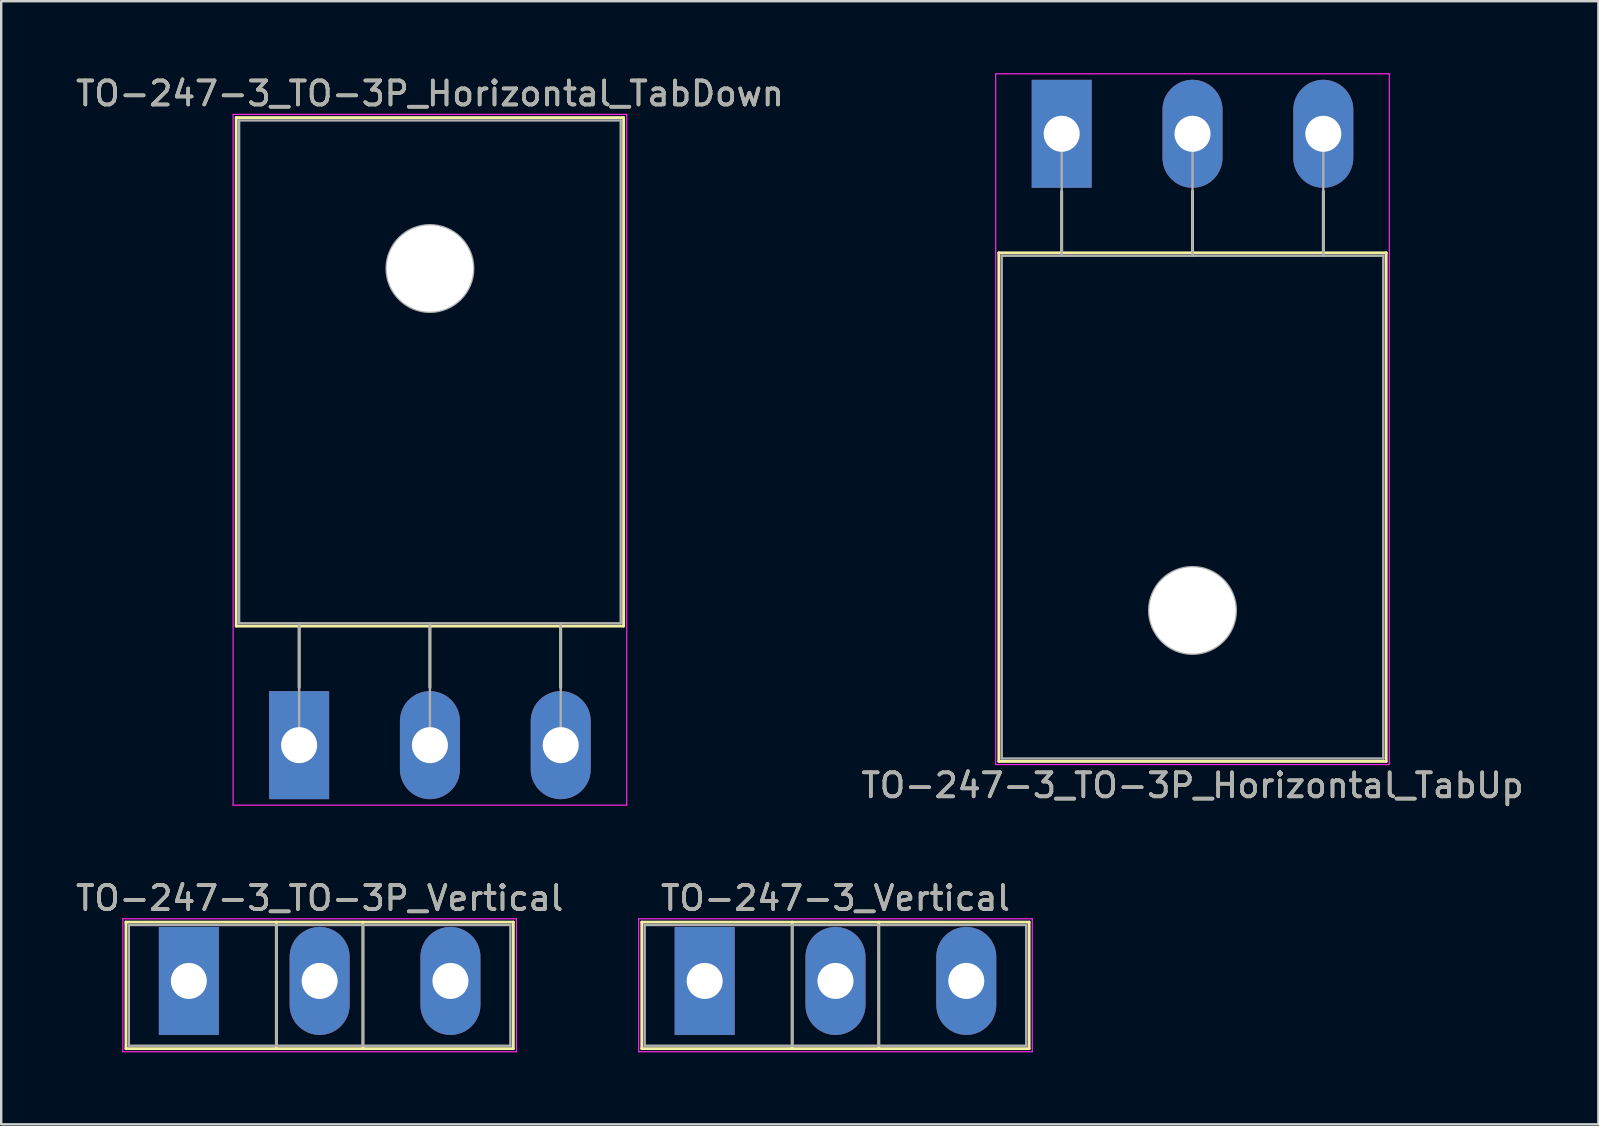
<source format=kicad_pcb>
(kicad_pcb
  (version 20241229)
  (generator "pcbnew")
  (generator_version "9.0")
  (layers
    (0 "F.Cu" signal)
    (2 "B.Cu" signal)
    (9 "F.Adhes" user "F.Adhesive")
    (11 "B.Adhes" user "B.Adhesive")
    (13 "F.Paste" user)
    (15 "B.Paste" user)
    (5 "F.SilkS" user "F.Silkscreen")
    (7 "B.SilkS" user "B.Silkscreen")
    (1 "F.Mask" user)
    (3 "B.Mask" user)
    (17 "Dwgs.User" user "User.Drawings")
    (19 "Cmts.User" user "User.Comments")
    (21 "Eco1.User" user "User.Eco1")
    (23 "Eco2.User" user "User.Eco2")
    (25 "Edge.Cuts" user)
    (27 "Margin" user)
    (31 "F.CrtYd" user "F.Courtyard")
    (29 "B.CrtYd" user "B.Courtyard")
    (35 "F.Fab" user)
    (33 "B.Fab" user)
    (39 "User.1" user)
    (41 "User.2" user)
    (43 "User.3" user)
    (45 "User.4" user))
  (footprint "TO-247-3_TO-3P_Horizontal_TabUp"
    (layer "F.Cu")
    (at 41.187 2.525)
    (property "Reference" "TO-247-3_TO-3P_Horizontal_TabUp" (at 5.45 27.15 0) (layer "F.SilkS") (effects (font (size 1 1) (thickness 0.15))))
    (attr through_hole)
    (fp_line (start -2.62 4.96) (end -2.62 26.15) (stroke (width 0.12) (type solid)) (layer "F.SilkS"))
    (fp_line (start -2.62 4.96) (end 13.52 4.96) (stroke (width 0.12) (type solid)) (layer "F.SilkS"))
    (fp_line (start -2.62 26.15) (end 13.52 26.15) (stroke (width 0.12) (type solid)) (layer "F.SilkS"))
    (fp_line (start 0 2.4) (end 0 4.96) (stroke (width 0.12) (type solid)) (layer "F.SilkS"))
    (fp_line (start 5.45 2.4) (end 5.45 4.96) (stroke (width 0.12) (type solid)) (layer "F.SilkS"))
    (fp_line (start 10.9 2.4) (end 10.9 4.96) (stroke (width 0.12) (type solid)) (layer "F.SilkS"))
    (fp_line (start 13.52 4.96) (end 13.52 26.15) (stroke (width 0.12) (type solid)) (layer "F.SilkS"))
    (fp_line (start -2.75 -2.5) (end -2.75 26.28) (stroke (width 0.05) (type solid)) (layer "F.CrtYd"))
    (fp_line (start -2.75 26.28) (end 13.65 26.28) (stroke (width 0.05) (type solid)) (layer "F.CrtYd"))
    (fp_line (start 13.65 -2.5) (end -2.75 -2.5) (stroke (width 0.05) (type solid)) (layer "F.CrtYd"))
    (fp_line (start 13.65 26.28) (end 13.65 -2.5) (stroke (width 0.05) (type solid)) (layer "F.CrtYd"))
    (fp_line (start -2.5 5.08) (end -2.5 26.03) (stroke (width 0.1) (type solid)) (layer "F.Fab"))
    (fp_line (start -2.5 26.03) (end 13.4 26.03) (stroke (width 0.1) (type solid)) (layer "F.Fab"))
    (fp_line (start 0 5.08) (end 0 0) (stroke (width 0.1) (type solid)) (layer "F.Fab"))
    (fp_line (start 5.45 5.08) (end 5.45 0) (stroke (width 0.1) (type solid)) (layer "F.Fab"))
    (fp_line (start 10.9 5.08) (end 10.9 0) (stroke (width 0.1) (type solid)) (layer "F.Fab"))
    (fp_line (start 13.4 5.08) (end -2.5 5.08) (stroke (width 0.1) (type solid)) (layer "F.Fab"))
    (fp_line (start 13.4 26.03) (end 13.4 5.08) (stroke (width 0.1) (type solid)) (layer "F.Fab"))
    (fp_circle (center 5.45 19.86) (end 7.255 19.86) (stroke (width 0.1) (type solid)) (fill no) (layer "F.Fab"))
    (fp_text user "${REFERENCE}" (at 5.45 27.15 0) (layer "F.Fab") (effects (font (size 1 1) (thickness 0.15))))
    (pad "" np_thru_hole oval (at 5.45 19.86) (size 3.6 3.6) (drill 3.6) (layers "*.Cu" "*.Mask"))
    (pad "1" thru_hole rect (at 0 0) (size 2.5 4.5) (drill 1.5) (layers "*.Cu" "*.Mask"))
    (pad "2" thru_hole oval (at 5.45 0) (size 2.5 4.5) (drill 1.5) (layers "*.Cu" "*.Mask"))
    (pad "3" thru_hole oval (at 10.9 0) (size 2.5 4.5) (drill 1.5) (layers "*.Cu" "*.Mask")))
  (footprint "TO-247-3_Vertical"
    (layer "F.Cu")
    (at 26.311 37.822)
    (property "Reference" "TO-247-3_Vertical" (at 5.45 -3.45 0) (layer "F.SilkS") (effects (font (size 1 1) (thickness 0.15))))
    (attr through_hole)
    (fp_line (start -2.62 -2.451) (end -2.62 2.82) (stroke (width 0.12) (type solid)) (layer "F.SilkS"))
    (fp_line (start -2.62 -2.451) (end 13.52 -2.451) (stroke (width 0.12) (type solid)) (layer "F.SilkS"))
    (fp_line (start -2.62 2.82) (end 13.52 2.82) (stroke (width 0.12) (type solid)) (layer "F.SilkS"))
    (fp_line (start 3.646 -2.451) (end 3.646 2.82) (stroke (width 0.12) (type solid)) (layer "F.SilkS"))
    (fp_line (start 7.255 -2.451) (end 7.255 2.82) (stroke (width 0.12) (type solid)) (layer "F.SilkS"))
    (fp_line (start 13.52 -2.451) (end 13.52 2.82) (stroke (width 0.12) (type solid)) (layer "F.SilkS"))
    (fp_line (start -2.75 -2.59) (end -2.75 2.95) (stroke (width 0.05) (type solid)) (layer "F.CrtYd"))
    (fp_line (start -2.75 2.95) (end 13.65 2.95) (stroke (width 0.05) (type solid)) (layer "F.CrtYd"))
    (fp_line (start 13.65 -2.59) (end -2.75 -2.59) (stroke (width 0.05) (type solid)) (layer "F.CrtYd"))
    (fp_line (start 13.65 2.95) (end 13.65 -2.59) (stroke (width 0.05) (type solid)) (layer "F.CrtYd"))
    (fp_line (start -2.5 -2.33) (end -2.5 2.7) (stroke (width 0.1) (type solid)) (layer "F.Fab"))
    (fp_line (start -2.5 2.7) (end 13.4 2.7) (stroke (width 0.1) (type solid)) (layer "F.Fab"))
    (fp_line (start 3.645 -2.33) (end 3.645 2.7) (stroke (width 0.1) (type solid)) (layer "F.Fab"))
    (fp_line (start 7.255 -2.33) (end 7.255 2.7) (stroke (width 0.1) (type solid)) (layer "F.Fab"))
    (fp_line (start 13.4 -2.33) (end -2.5 -2.33) (stroke (width 0.1) (type solid)) (layer "F.Fab"))
    (fp_line (start 13.4 2.7) (end 13.4 -2.33) (stroke (width 0.1) (type solid)) (layer "F.Fab"))
    (fp_text user "${REFERENCE}" (at 5.45 -3.45 0) (layer "F.Fab") (effects (font (size 1 1) (thickness 0.15))))
    (pad "1" thru_hole rect (at 0 0) (size 2.5 4.5) (drill 1.5) (layers "*.Cu" "*.Mask"))
    (pad "2" thru_hole oval (at 5.45 0) (size 2.5 4.5) (drill 1.5) (layers "*.Cu" "*.Mask"))
    (pad "3" thru_hole oval (at 10.9 0) (size 2.5 4.5) (drill 1.5) (layers "*.Cu" "*.Mask")))
  (footprint "TO-247-3_TO-3P_Vertical"
    (layer "F.Cu")
    (at 4.818 37.822)
    (property "Reference" "TO-247-3_TO-3P_Vertical" (at 5.45 -3.45 0) (layer "F.SilkS") (effects (font (size 1 1) (thickness 0.15))))
    (attr through_hole)
    (fp_line (start -2.62 -2.451) (end -2.62 2.82) (stroke (width 0.12) (type solid)) (layer "F.SilkS"))
    (fp_line (start -2.62 -2.451) (end 13.52 -2.451) (stroke (width 0.12) (type solid)) (layer "F.SilkS"))
    (fp_line (start -2.62 2.82) (end 13.52 2.82) (stroke (width 0.12) (type solid)) (layer "F.SilkS"))
    (fp_line (start 3.646 -2.451) (end 3.646 2.82) (stroke (width 0.12) (type solid)) (layer "F.SilkS"))
    (fp_line (start 7.255 -2.451) (end 7.255 2.82) (stroke (width 0.12) (type solid)) (layer "F.SilkS"))
    (fp_line (start 13.52 -2.451) (end 13.52 2.82) (stroke (width 0.12) (type solid)) (layer "F.SilkS"))
    (fp_line (start -2.75 -2.59) (end -2.75 2.95) (stroke (width 0.05) (type solid)) (layer "F.CrtYd"))
    (fp_line (start -2.75 2.95) (end 13.65 2.95) (stroke (width 0.05) (type solid)) (layer "F.CrtYd"))
    (fp_line (start 13.65 -2.59) (end -2.75 -2.59) (stroke (width 0.05) (type solid)) (layer "F.CrtYd"))
    (fp_line (start 13.65 2.95) (end 13.65 -2.59) (stroke (width 0.05) (type solid)) (layer "F.CrtYd"))
    (fp_line (start -2.5 -2.33) (end -2.5 2.7) (stroke (width 0.1) (type solid)) (layer "F.Fab"))
    (fp_line (start -2.5 2.7) (end 13.4 2.7) (stroke (width 0.1) (type solid)) (layer "F.Fab"))
    (fp_line (start 3.645 -2.33) (end 3.645 2.7) (stroke (width 0.1) (type solid)) (layer "F.Fab"))
    (fp_line (start 7.255 -2.33) (end 7.255 2.7) (stroke (width 0.1) (type solid)) (layer "F.Fab"))
    (fp_line (start 13.4 -2.33) (end -2.5 -2.33) (stroke (width 0.1) (type solid)) (layer "F.Fab"))
    (fp_line (start 13.4 2.7) (end 13.4 -2.33) (stroke (width 0.1) (type solid)) (layer "F.Fab"))
    (fp_text user "${REFERENCE}" (at 5.45 -3.45 0) (layer "F.Fab") (effects (font (size 1 1) (thickness 0.15))))
    (pad "1" thru_hole rect (at 0 0) (size 2.5 4.5) (drill 1.5) (layers "*.Cu" "*.Mask"))
    (pad "2" thru_hole oval (at 5.45 0) (size 2.5 4.5) (drill 1.5) (layers "*.Cu" "*.Mask"))
    (pad "3" thru_hole oval (at 10.9 0) (size 2.5 4.5) (drill 1.5) (layers "*.Cu" "*.Mask")))
  (footprint "TO-247-3_TO-3P_Horizontal_TabDown"
    (layer "F.Cu")
    (at 9.413 27.998)
    (property "Reference" "TO-247-3_TO-3P_Horizontal_TabDown" (at 5.45 -27.15 0) (layer "F.SilkS") (effects (font (size 1 1) (thickness 0.15))))
    (attr through_hole)
    (fp_line (start -2.62 -26.15) (end -2.62 -4.96) (stroke (width 0.12) (type solid)) (layer "F.SilkS"))
    (fp_line (start -2.62 -26.15) (end 13.52 -26.15) (stroke (width 0.12) (type solid)) (layer "F.SilkS"))
    (fp_line (start -2.62 -4.96) (end 13.52 -4.96) (stroke (width 0.12) (type solid)) (layer "F.SilkS"))
    (fp_line (start 0 -4.96) (end 0 -2.4) (stroke (width 0.12) (type solid)) (layer "F.SilkS"))
    (fp_line (start 5.45 -4.96) (end 5.45 -2.4) (stroke (width 0.12) (type solid)) (layer "F.SilkS"))
    (fp_line (start 10.9 -4.96) (end 10.9 -2.4) (stroke (width 0.12) (type solid)) (layer "F.SilkS"))
    (fp_line (start 13.52 -26.15) (end 13.52 -4.96) (stroke (width 0.12) (type solid)) (layer "F.SilkS"))
    (fp_line (start -2.75 -26.28) (end -2.75 2.5) (stroke (width 0.05) (type solid)) (layer "F.CrtYd"))
    (fp_line (start -2.75 2.5) (end 13.65 2.5) (stroke (width 0.05) (type solid)) (layer "F.CrtYd"))
    (fp_line (start 13.65 -26.28) (end -2.75 -26.28) (stroke (width 0.05) (type solid)) (layer "F.CrtYd"))
    (fp_line (start 13.65 2.5) (end 13.65 -26.28) (stroke (width 0.05) (type solid)) (layer "F.CrtYd"))
    (fp_line (start -2.5 -26.03) (end 13.4 -26.03) (stroke (width 0.1) (type solid)) (layer "F.Fab"))
    (fp_line (start -2.5 -5.08) (end -2.5 -26.03) (stroke (width 0.1) (type solid)) (layer "F.Fab"))
    (fp_line (start 0 -5.08) (end 0 0) (stroke (width 0.1) (type solid)) (layer "F.Fab"))
    (fp_line (start 5.45 -5.08) (end 5.45 0) (stroke (width 0.1) (type solid)) (layer "F.Fab"))
    (fp_line (start 10.9 -5.08) (end 10.9 0) (stroke (width 0.1) (type solid)) (layer "F.Fab"))
    (fp_line (start 13.4 -26.03) (end 13.4 -5.08) (stroke (width 0.1) (type solid)) (layer "F.Fab"))
    (fp_line (start 13.4 -5.08) (end -2.5 -5.08) (stroke (width 0.1) (type solid)) (layer "F.Fab"))
    (fp_circle (center 5.45 -19.86) (end 7.255 -19.86) (stroke (width 0.1) (type solid)) (fill no) (layer "F.Fab"))
    (fp_text user "${REFERENCE}" (at 5.45 -27.15 0) (layer "F.Fab") (effects (font (size 1 1) (thickness 0.15))))
    (pad "" np_thru_hole oval (at 5.45 -19.86) (size 3.6 3.6) (drill 3.6) (layers "*.Cu" "*.Mask"))
    (pad "1" thru_hole rect (at 0 0) (size 2.5 4.5) (drill 1.5) (layers "*.Cu" "*.Mask"))
    (pad "2" thru_hole oval (at 5.45 0) (size 2.5 4.5) (drill 1.5) (layers "*.Cu" "*.Mask"))
    (pad "3" thru_hole oval (at 10.9 0) (size 2.5 4.5) (drill 1.5) (layers "*.Cu" "*.Mask")))
  (gr_rect
    (start -3 -3)
    (end 63.548 43.797)
    (stroke (width 0.1) (type default))
    (fill no)
    (layer "Edge.Cuts")))
</source>
